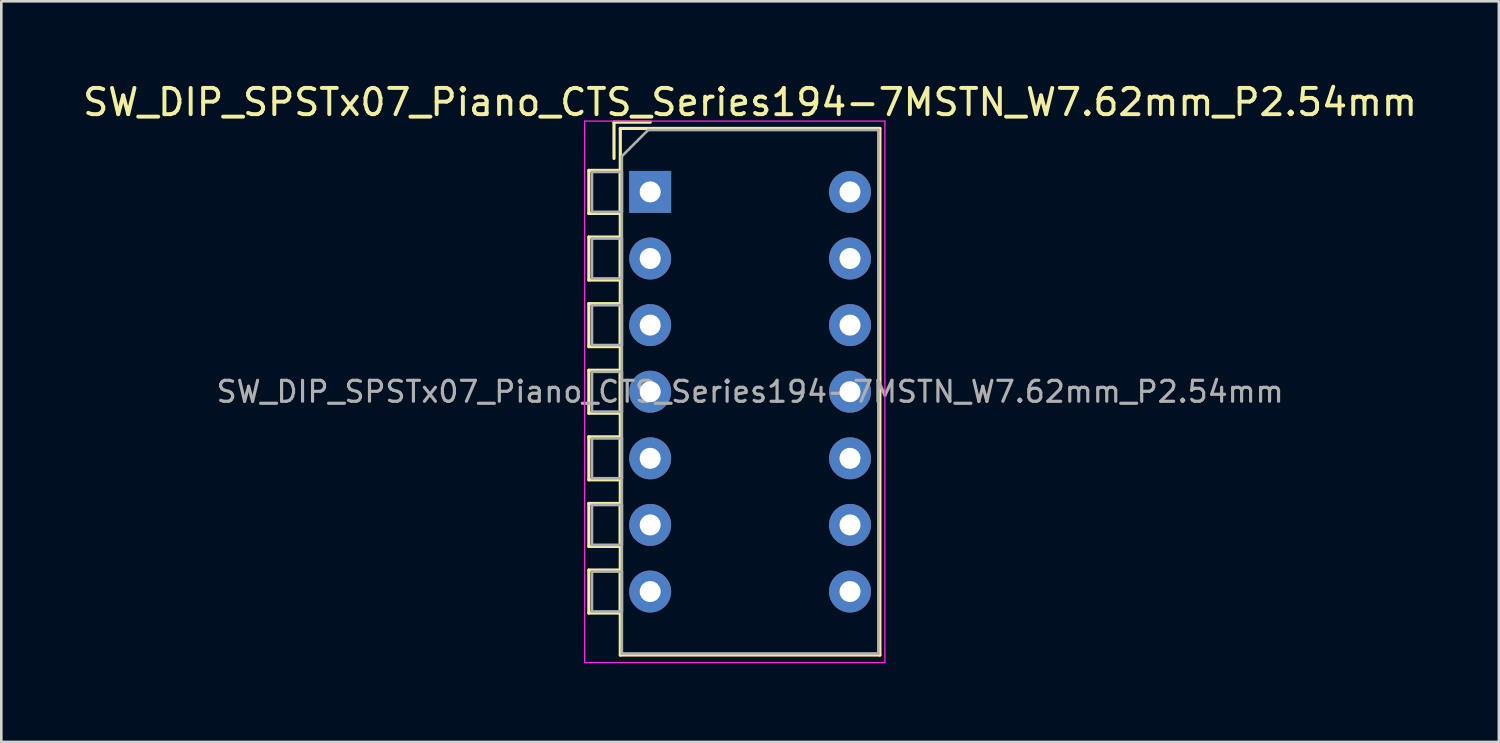
<source format=kicad_pcb>
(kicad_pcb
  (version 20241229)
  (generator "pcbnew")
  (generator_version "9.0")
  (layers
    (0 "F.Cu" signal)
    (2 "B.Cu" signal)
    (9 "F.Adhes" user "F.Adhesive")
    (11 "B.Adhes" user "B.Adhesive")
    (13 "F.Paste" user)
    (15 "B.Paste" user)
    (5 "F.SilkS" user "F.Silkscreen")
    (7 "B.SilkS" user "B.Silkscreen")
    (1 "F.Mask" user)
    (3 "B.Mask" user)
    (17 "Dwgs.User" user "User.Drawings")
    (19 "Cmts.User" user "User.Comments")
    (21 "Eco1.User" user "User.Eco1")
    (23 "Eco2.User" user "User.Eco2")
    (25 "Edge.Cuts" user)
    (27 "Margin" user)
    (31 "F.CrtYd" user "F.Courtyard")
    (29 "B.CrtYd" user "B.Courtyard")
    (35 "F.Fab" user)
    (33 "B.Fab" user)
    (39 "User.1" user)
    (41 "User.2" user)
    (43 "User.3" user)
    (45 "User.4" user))
  (footprint "SW_DIP_SPSTx07_Piano_CTS_Series194-7MSTN_W7.62mm_P2.54mm"
    (layer "F.Cu")
    (at 21.744 4.268)
    (property "Reference" "SW_DIP_SPSTx07_Piano_CTS_Series194-7MSTN_W7.62mm_P2.54mm" (at 3.81 -3.42 0) (layer "F.SilkS") (effects (font (size 1 1) (thickness 0.15))))
    (attr through_hole)
    (fp_line (start -2.34 -0.82) (end -2.34 0.82) (stroke (width 0.12) (type solid)) (layer "F.SilkS"))
    (fp_line (start -2.34 -0.82) (end -1.14 -0.82) (stroke (width 0.12) (type solid)) (layer "F.SilkS"))
    (fp_line (start -2.34 0.82) (end -1.14 0.82) (stroke (width 0.12) (type solid)) (layer "F.SilkS"))
    (fp_line (start -2.34 1.72) (end -2.34 3.361) (stroke (width 0.12) (type solid)) (layer "F.SilkS"))
    (fp_line (start -2.34 1.72) (end -1.14 1.72) (stroke (width 0.12) (type solid)) (layer "F.SilkS"))
    (fp_line (start -2.34 3.361) (end -1.14 3.361) (stroke (width 0.12) (type solid)) (layer "F.SilkS"))
    (fp_line (start -2.34 4.261) (end -2.34 5.9) (stroke (width 0.12) (type solid)) (layer "F.SilkS"))
    (fp_line (start -2.34 4.261) (end -1.14 4.261) (stroke (width 0.12) (type solid)) (layer "F.SilkS"))
    (fp_line (start -2.34 5.9) (end -1.14 5.9) (stroke (width 0.12) (type solid)) (layer "F.SilkS"))
    (fp_line (start -2.34 6.801) (end -2.34 8.441) (stroke (width 0.12) (type solid)) (layer "F.SilkS"))
    (fp_line (start -2.34 6.801) (end -1.14 6.801) (stroke (width 0.12) (type solid)) (layer "F.SilkS"))
    (fp_line (start -2.34 8.441) (end -1.14 8.441) (stroke (width 0.12) (type solid)) (layer "F.SilkS"))
    (fp_line (start -2.34 9.34) (end -2.34 10.98) (stroke (width 0.12) (type solid)) (layer "F.SilkS"))
    (fp_line (start -2.34 9.34) (end -1.14 9.34) (stroke (width 0.12) (type solid)) (layer "F.SilkS"))
    (fp_line (start -2.34 10.98) (end -1.14 10.98) (stroke (width 0.12) (type solid)) (layer "F.SilkS"))
    (fp_line (start -2.34 11.88) (end -2.34 13.52) (stroke (width 0.12) (type solid)) (layer "F.SilkS"))
    (fp_line (start -2.34 11.88) (end -1.14 11.88) (stroke (width 0.12) (type solid)) (layer "F.SilkS"))
    (fp_line (start -2.34 13.52) (end -1.14 13.52) (stroke (width 0.12) (type solid)) (layer "F.SilkS"))
    (fp_line (start -2.34 14.42) (end -2.34 16.06) (stroke (width 0.12) (type solid)) (layer "F.SilkS"))
    (fp_line (start -2.34 14.42) (end -1.14 14.42) (stroke (width 0.12) (type solid)) (layer "F.SilkS"))
    (fp_line (start -2.34 16.06) (end -1.14 16.06) (stroke (width 0.12) (type solid)) (layer "F.SilkS"))
    (fp_line (start -1.38 -2.66) (end -1.38 -1.277) (stroke (width 0.12) (type solid)) (layer "F.SilkS"))
    (fp_line (start -1.38 -2.66) (end 0.004 -2.66) (stroke (width 0.12) (type solid)) (layer "F.SilkS"))
    (fp_line (start -1.14 -2.42) (end -1.14 17.661) (stroke (width 0.12) (type solid)) (layer "F.SilkS"))
    (fp_line (start -1.14 -2.42) (end 8.76 -2.42) (stroke (width 0.12) (type solid)) (layer "F.SilkS"))
    (fp_line (start -1.14 -0.82) (end -1.14 0.82) (stroke (width 0.12) (type solid)) (layer "F.SilkS"))
    (fp_line (start -1.14 1.72) (end -1.14 3.361) (stroke (width 0.12) (type solid)) (layer "F.SilkS"))
    (fp_line (start -1.14 4.261) (end -1.14 5.9) (stroke (width 0.12) (type solid)) (layer "F.SilkS"))
    (fp_line (start -1.14 6.801) (end -1.14 8.441) (stroke (width 0.12) (type solid)) (layer "F.SilkS"))
    (fp_line (start -1.14 9.34) (end -1.14 10.98) (stroke (width 0.12) (type solid)) (layer "F.SilkS"))
    (fp_line (start -1.14 11.88) (end -1.14 13.52) (stroke (width 0.12) (type solid)) (layer "F.SilkS"))
    (fp_line (start -1.14 14.42) (end -1.14 16.06) (stroke (width 0.12) (type solid)) (layer "F.SilkS"))
    (fp_line (start -1.14 17.661) (end 8.76 17.661) (stroke (width 0.12) (type solid)) (layer "F.SilkS"))
    (fp_line (start 8.76 -2.42) (end 8.76 17.661) (stroke (width 0.12) (type solid)) (layer "F.SilkS"))
    (fp_line (start -2.5 -2.7) (end -2.5 17.95) (stroke (width 0.05) (type solid)) (layer "F.CrtYd"))
    (fp_line (start -2.5 17.95) (end 8.95 17.95) (stroke (width 0.05) (type solid)) (layer "F.CrtYd"))
    (fp_line (start 8.95 -2.7) (end -2.5 -2.7) (stroke (width 0.05) (type solid)) (layer "F.CrtYd"))
    (fp_line (start 8.95 17.95) (end 8.95 -2.7) (stroke (width 0.05) (type solid)) (layer "F.CrtYd"))
    (fp_line (start -2.22 -0.76) (end -1.08 -0.76) (stroke (width 0.1) (type solid)) (layer "F.Fab"))
    (fp_line (start -2.22 0.76) (end -2.22 -0.76) (stroke (width 0.1) (type solid)) (layer "F.Fab"))
    (fp_line (start -2.22 1.78) (end -1.08 1.78) (stroke (width 0.1) (type solid)) (layer "F.Fab"))
    (fp_line (start -2.22 3.3) (end -2.22 1.78) (stroke (width 0.1) (type solid)) (layer "F.Fab"))
    (fp_line (start -2.22 4.32) (end -1.08 4.32) (stroke (width 0.1) (type solid)) (layer "F.Fab"))
    (fp_line (start -2.22 5.84) (end -2.22 4.32) (stroke (width 0.1) (type solid)) (layer "F.Fab"))
    (fp_line (start -2.22 6.86) (end -1.08 6.86) (stroke (width 0.1) (type solid)) (layer "F.Fab"))
    (fp_line (start -2.22 8.38) (end -2.22 6.86) (stroke (width 0.1) (type solid)) (layer "F.Fab"))
    (fp_line (start -2.22 9.4) (end -1.08 9.4) (stroke (width 0.1) (type solid)) (layer "F.Fab"))
    (fp_line (start -2.22 10.92) (end -2.22 9.4) (stroke (width 0.1) (type solid)) (layer "F.Fab"))
    (fp_line (start -2.22 11.94) (end -1.08 11.94) (stroke (width 0.1) (type solid)) (layer "F.Fab"))
    (fp_line (start -2.22 13.46) (end -2.22 11.94) (stroke (width 0.1) (type solid)) (layer "F.Fab"))
    (fp_line (start -2.22 14.48) (end -1.08 14.48) (stroke (width 0.1) (type solid)) (layer "F.Fab"))
    (fp_line (start -2.22 16) (end -2.22 14.48) (stroke (width 0.1) (type solid)) (layer "F.Fab"))
    (fp_line (start -1.08 -1.36) (end -0.08 -2.36) (stroke (width 0.1) (type solid)) (layer "F.Fab"))
    (fp_line (start -1.08 -0.76) (end -1.08 0.76) (stroke (width 0.1) (type solid)) (layer "F.Fab"))
    (fp_line (start -1.08 0.76) (end -2.22 0.76) (stroke (width 0.1) (type solid)) (layer "F.Fab"))
    (fp_line (start -1.08 1.78) (end -1.08 3.3) (stroke (width 0.1) (type solid)) (layer "F.Fab"))
    (fp_line (start -1.08 3.3) (end -2.22 3.3) (stroke (width 0.1) (type solid)) (layer "F.Fab"))
    (fp_line (start -1.08 4.32) (end -1.08 5.84) (stroke (width 0.1) (type solid)) (layer "F.Fab"))
    (fp_line (start -1.08 5.84) (end -2.22 5.84) (stroke (width 0.1) (type solid)) (layer "F.Fab"))
    (fp_line (start -1.08 6.86) (end -1.08 8.38) (stroke (width 0.1) (type solid)) (layer "F.Fab"))
    (fp_line (start -1.08 8.38) (end -2.22 8.38) (stroke (width 0.1) (type solid)) (layer "F.Fab"))
    (fp_line (start -1.08 9.4) (end -1.08 10.92) (stroke (width 0.1) (type solid)) (layer "F.Fab"))
    (fp_line (start -1.08 10.92) (end -2.22 10.92) (stroke (width 0.1) (type solid)) (layer "F.Fab"))
    (fp_line (start -1.08 11.94) (end -1.08 13.46) (stroke (width 0.1) (type solid)) (layer "F.Fab"))
    (fp_line (start -1.08 13.46) (end -2.22 13.46) (stroke (width 0.1) (type solid)) (layer "F.Fab"))
    (fp_line (start -1.08 14.48) (end -1.08 16) (stroke (width 0.1) (type solid)) (layer "F.Fab"))
    (fp_line (start -1.08 16) (end -2.22 16) (stroke (width 0.1) (type solid)) (layer "F.Fab"))
    (fp_line (start -1.08 17.6) (end -1.08 -1.36) (stroke (width 0.1) (type solid)) (layer "F.Fab"))
    (fp_line (start -0.08 -2.36) (end 8.7 -2.36) (stroke (width 0.1) (type solid)) (layer "F.Fab"))
    (fp_line (start 8.7 -2.36) (end 8.7 17.6) (stroke (width 0.1) (type solid)) (layer "F.Fab"))
    (fp_line (start 8.7 17.6) (end -1.08 17.6) (stroke (width 0.1) (type solid)) (layer "F.Fab"))
    (fp_text user "${REFERENCE}" (at 3.81 7.62 0) (layer "F.Fab") (effects (font (size 0.8 0.8) (thickness 0.12))))
    (pad "1" thru_hole rect (at 0 0) (size 1.6 1.6) (drill 0.8) (layers "*.Cu" "*.Mask"))
    (pad "2" thru_hole oval (at 0 2.54) (size 1.6 1.6) (drill 0.8) (layers "*.Cu" "*.Mask"))
    (pad "3" thru_hole oval (at 0 5.08) (size 1.6 1.6) (drill 0.8) (layers "*.Cu" "*.Mask"))
    (pad "4" thru_hole oval (at 0 7.62) (size 1.6 1.6) (drill 0.8) (layers "*.Cu" "*.Mask"))
    (pad "5" thru_hole oval (at 0 10.16) (size 1.6 1.6) (drill 0.8) (layers "*.Cu" "*.Mask"))
    (pad "6" thru_hole oval (at 0 12.7) (size 1.6 1.6) (drill 0.8) (layers "*.Cu" "*.Mask"))
    (pad "7" thru_hole oval (at 0 15.24) (size 1.6 1.6) (drill 0.8) (layers "*.Cu" "*.Mask"))
    (pad "8" thru_hole oval (at 7.62 15.24) (size 1.6 1.6) (drill 0.8) (layers "*.Cu" "*.Mask"))
    (pad "9" thru_hole oval (at 7.62 12.7) (size 1.6 1.6) (drill 0.8) (layers "*.Cu" "*.Mask"))
    (pad "10" thru_hole oval (at 7.62 10.16) (size 1.6 1.6) (drill 0.8) (layers "*.Cu" "*.Mask"))
    (pad "11" thru_hole oval (at 7.62 7.62) (size 1.6 1.6) (drill 0.8) (layers "*.Cu" "*.Mask"))
    (pad "12" thru_hole oval (at 7.62 5.08) (size 1.6 1.6) (drill 0.8) (layers "*.Cu" "*.Mask"))
    (pad "13" thru_hole oval (at 7.62 2.54) (size 1.6 1.6) (drill 0.8) (layers "*.Cu" "*.Mask"))
    (pad "14" thru_hole oval (at 7.62 0) (size 1.6 1.6) (drill 0.8) (layers "*.Cu" "*.Mask")))
  (gr_rect
    (start -3 -3)
    (end 54.107 25.243)
    (stroke (width 0.1) (type default))
    (fill no)
    (layer "Edge.Cuts")))
</source>
